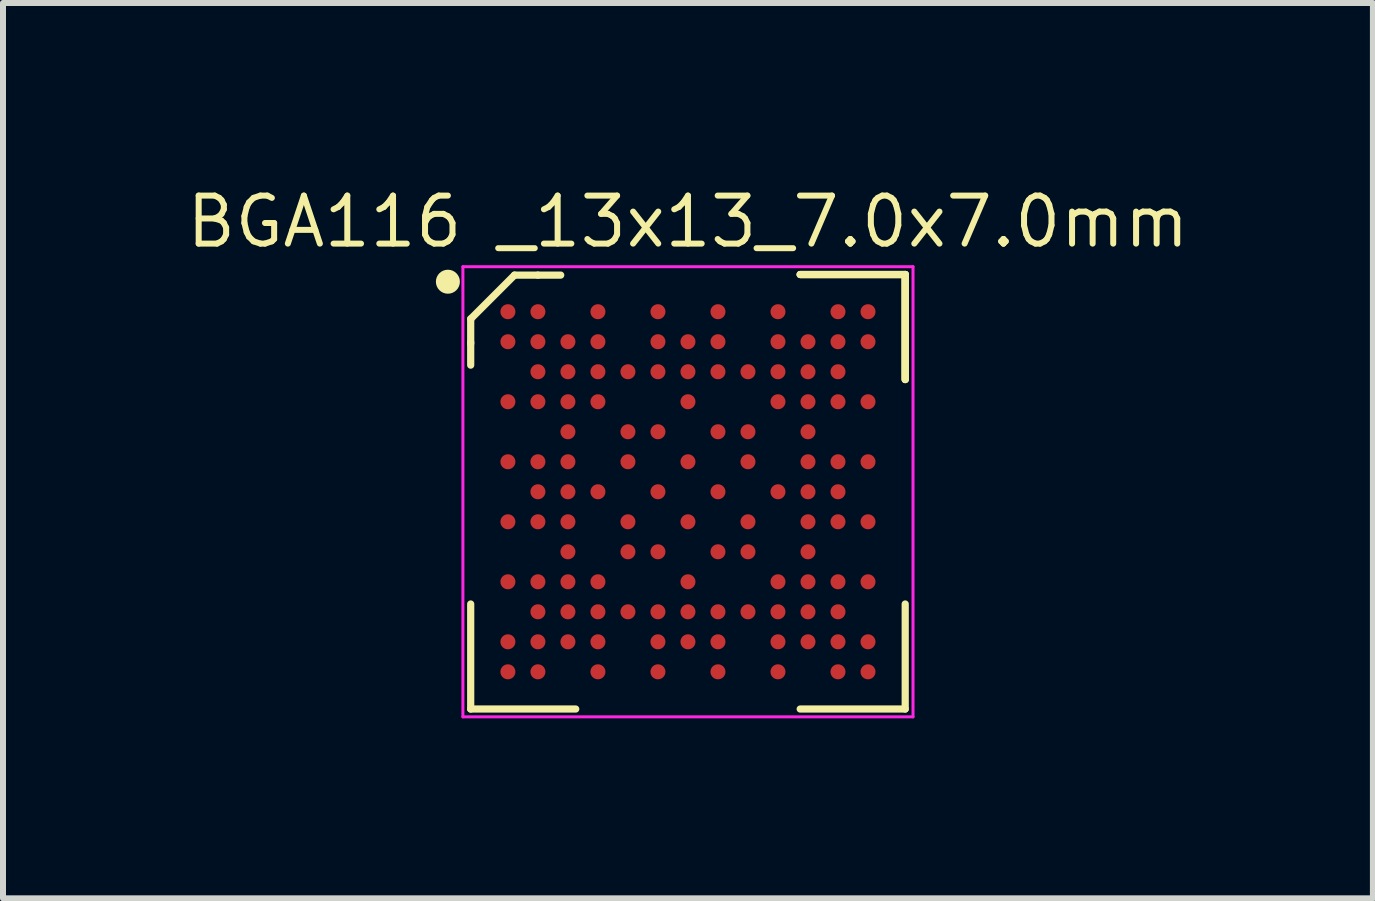
<source format=kicad_pcb>
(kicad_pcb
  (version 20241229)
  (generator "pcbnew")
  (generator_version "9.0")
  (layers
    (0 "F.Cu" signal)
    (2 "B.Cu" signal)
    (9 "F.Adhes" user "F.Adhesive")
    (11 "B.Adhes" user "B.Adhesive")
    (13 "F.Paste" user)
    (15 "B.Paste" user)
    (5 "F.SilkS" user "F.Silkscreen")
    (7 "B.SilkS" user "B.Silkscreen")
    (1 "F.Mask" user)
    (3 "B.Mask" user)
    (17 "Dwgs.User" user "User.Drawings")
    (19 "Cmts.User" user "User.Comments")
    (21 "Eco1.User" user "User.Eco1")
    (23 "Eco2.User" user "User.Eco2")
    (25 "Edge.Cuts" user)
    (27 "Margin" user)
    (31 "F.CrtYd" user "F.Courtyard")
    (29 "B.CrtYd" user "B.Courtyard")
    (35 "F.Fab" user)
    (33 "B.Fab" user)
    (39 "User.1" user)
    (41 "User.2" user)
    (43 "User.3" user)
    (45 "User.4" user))
  (footprint "BGA116 _13x13_7.0x7.0mm"
    (layer "F.Cu")
    (at 8.413 5.144)
    (property "Reference" "BGA116 _13x13_7.0x7.0mm" (at 0 -4.5 0) (unlocked yes) (layer "F.SilkS") (effects (font (size 0.8 0.8) (thickness 0.1))))
    (attr through_hole)
    (fp_line (start -3.62 -2.88) (end -3.62 -2.47) (stroke (width 0.12) (type solid)) (layer "F.SilkS"))
    (fp_line (start -3.62 -2.49) (end -3.62 -2.11) (stroke (width 0.12) (type solid)) (layer "F.SilkS"))
    (fp_line (start -3.62 3.62) (end -3.62 1.87) (stroke (width 0.12) (type solid)) (layer "F.SilkS"))
    (fp_line (start -2.89 -3.61) (end -3.62 -2.88) (stroke (width 0.12) (type solid)) (layer "F.SilkS"))
    (fp_line (start -2.5 -3.61) (end -2.89 -3.61) (stroke (width 0.12) (type solid)) (layer "F.SilkS"))
    (fp_line (start -2.12 -3.61) (end -2.5 -3.61) (stroke (width 0.12) (type solid)) (layer "F.SilkS"))
    (fp_line (start -1.87 3.62) (end -3.62 3.62) (stroke (width 0.12) (type solid)) (layer "F.SilkS"))
    (fp_line (start 1.87 -3.62) (end 3.62 -3.62) (stroke (width 0.12) (type solid)) (layer "F.SilkS"))
    (fp_line (start 1.87 -3.62) (end 3.62 -3.62) (stroke (width 0.12) (type solid)) (layer "F.SilkS"))
    (fp_line (start 1.87 -3.62) (end 3.62 -3.62) (stroke (width 0.12) (type solid)) (layer "F.SilkS"))
    (fp_line (start 1.87 3.62) (end 3.62 3.62) (stroke (width 0.12) (type solid)) (layer "F.SilkS"))
    (fp_line (start 3.62 -3.62) (end 3.62 -1.87) (stroke (width 0.12) (type solid)) (layer "F.SilkS"))
    (fp_line (start 3.62 -3.62) (end 3.62 -1.87) (stroke (width 0.12) (type solid)) (layer "F.SilkS"))
    (fp_line (start 3.62 -3.62) (end 3.62 -1.87) (stroke (width 0.12) (type solid)) (layer "F.SilkS"))
    (fp_line (start 3.62 3.62) (end 3.62 1.87) (stroke (width 0.12) (type solid)) (layer "F.SilkS"))
    (fp_circle (center -4 -3.5) (end -4 -3.4) (stroke (width 0.2) (type solid)) (fill no) (layer "F.SilkS"))
    (fp_line (start -3.75 -3.75) (end 3.75 -3.75) (stroke (width 0.05) (type solid)) (layer "F.CrtYd"))
    (fp_line (start -3.75 3.75) (end -3.75 -3.75) (stroke (width 0.05) (type solid)) (layer "F.CrtYd"))
    (fp_line (start 3.75 -3.75) (end 3.75 3.75) (stroke (width 0.05) (type solid)) (layer "F.CrtYd"))
    (fp_line (start 3.75 3.75) (end -3.75 3.75) (stroke (width 0.05) (type solid)) (layer "F.CrtYd"))
    (pad "A1" smd circle (at -3 -3) (size 0.25 0.25) (layers "F.Cu" "F.Mask" "F.Paste"))
    (pad "A2" smd circle (at -2.5 -3) (size 0.25 0.25) (layers "F.Cu" "F.Mask" "F.Paste"))
    (pad "A4" smd circle (at -1.5 -3) (size 0.25 0.25) (layers "F.Cu" "F.Mask" "F.Paste"))
    (pad "A6" smd circle (at -0.5 -3) (size 0.25 0.25) (layers "F.Cu" "F.Mask" "F.Paste"))
    (pad "A8" smd circle (at 0.5 -3) (size 0.25 0.25) (layers "F.Cu" "F.Mask" "F.Paste"))
    (pad "A10" smd circle (at 1.5 -3) (size 0.25 0.25) (layers "F.Cu" "F.Mask" "F.Paste"))
    (pad "A12" smd circle (at 2.5 -3) (size 0.25 0.25) (layers "F.Cu" "F.Mask" "F.Paste"))
    (pad "A13" smd circle (at 3 -3) (size 0.25 0.25) (layers "F.Cu" "F.Mask" "F.Paste"))
    (pad "B1" smd circle (at -3 -2.5) (size 0.25 0.25) (layers "F.Cu" "F.Mask" "F.Paste"))
    (pad "B2" smd circle (at -2.5 -2.5) (size 0.25 0.25) (layers "F.Cu" "F.Mask" "F.Paste"))
    (pad "B3" smd circle (at -2 -2.5) (size 0.25 0.25) (layers "F.Cu" "F.Mask" "F.Paste"))
    (pad "B4" smd circle (at -1.5 -2.5) (size 0.25 0.25) (layers "F.Cu" "F.Mask" "F.Paste"))
    (pad "B6" smd circle (at -0.5 -2.5) (size 0.25 0.25) (layers "F.Cu" "F.Mask" "F.Paste"))
    (pad "B7" smd circle (at 0 -2.5) (size 0.25 0.25) (layers "F.Cu" "F.Mask" "F.Paste"))
    (pad "B8" smd circle (at 0.5 -2.5) (size 0.25 0.25) (layers "F.Cu" "F.Mask" "F.Paste"))
    (pad "B10" smd circle (at 1.5 -2.5) (size 0.25 0.25) (layers "F.Cu" "F.Mask" "F.Paste"))
    (pad "B11" smd circle (at 2 -2.5) (size 0.25 0.25) (layers "F.Cu" "F.Mask" "F.Paste"))
    (pad "B12" smd circle (at 2.5 -2.5) (size 0.25 0.25) (layers "F.Cu" "F.Mask" "F.Paste"))
    (pad "B13" smd circle (at 3 -2.5) (size 0.25 0.25) (layers "F.Cu" "F.Mask" "F.Paste"))
    (pad "C2" smd circle (at -2.5 -2) (size 0.25 0.25) (layers "F.Cu" "F.Mask" "F.Paste"))
    (pad "C3" smd circle (at -2 -2) (size 0.25 0.25) (layers "F.Cu" "F.Mask" "F.Paste"))
    (pad "C4" smd circle (at -1.5 -2) (size 0.25 0.25) (layers "F.Cu" "F.Mask" "F.Paste"))
    (pad "C5" smd circle (at -1 -2) (size 0.25 0.25) (layers "F.Cu" "F.Mask" "F.Paste"))
    (pad "C6" smd circle (at -0.5 -2) (size 0.25 0.25) (layers "F.Cu" "F.Mask" "F.Paste"))
    (pad "C7" smd circle (at 0 -2) (size 0.25 0.25) (layers "F.Cu" "F.Mask" "F.Paste"))
    (pad "C8" smd circle (at 0.5 -2) (size 0.25 0.25) (layers "F.Cu" "F.Mask" "F.Paste"))
    (pad "C9" smd circle (at 1 -2) (size 0.25 0.25) (layers "F.Cu" "F.Mask" "F.Paste"))
    (pad "C10" smd circle (at 1.5 -2) (size 0.25 0.25) (layers "F.Cu" "F.Mask" "F.Paste"))
    (pad "C11" smd circle (at 2 -2) (size 0.25 0.25) (layers "F.Cu" "F.Mask" "F.Paste"))
    (pad "C12" smd circle (at 2.5 -2) (size 0.25 0.25) (layers "F.Cu" "F.Mask" "F.Paste"))
    (pad "D1" smd circle (at -3 -1.5) (size 0.25 0.25) (layers "F.Cu" "F.Mask" "F.Paste"))
    (pad "D2" smd circle (at -2.5 -1.5) (size 0.25 0.25) (layers "F.Cu" "F.Mask" "F.Paste"))
    (pad "D3" smd circle (at -2 -1.5) (size 0.25 0.25) (layers "F.Cu" "F.Mask" "F.Paste"))
    (pad "D4" smd circle (at -1.5 -1.5) (size 0.25 0.25) (layers "F.Cu" "F.Mask" "F.Paste"))
    (pad "D7" smd circle (at 0 -1.5) (size 0.25 0.25) (layers "F.Cu" "F.Mask" "F.Paste"))
    (pad "D10" smd circle (at 1.5 -1.5) (size 0.25 0.25) (layers "F.Cu" "F.Mask" "F.Paste"))
    (pad "D11" smd circle (at 2 -1.5) (size 0.25 0.25) (layers "F.Cu" "F.Mask" "F.Paste"))
    (pad "D12" smd circle (at 2.5 -1.5) (size 0.25 0.25) (layers "F.Cu" "F.Mask" "F.Paste"))
    (pad "D13" smd circle (at 3 -1.5) (size 0.25 0.25) (layers "F.Cu" "F.Mask" "F.Paste"))
    (pad "E3" smd circle (at -2 -1) (size 0.25 0.25) (layers "F.Cu" "F.Mask" "F.Paste"))
    (pad "E5" smd circle (at -1 -1) (size 0.25 0.25) (layers "F.Cu" "F.Mask" "F.Paste"))
    (pad "E6" smd circle (at -0.5 -1) (size 0.25 0.25) (layers "F.Cu" "F.Mask" "F.Paste"))
    (pad "E8" smd circle (at 0.5 -1) (size 0.25 0.25) (layers "F.Cu" "F.Mask" "F.Paste"))
    (pad "E9" smd circle (at 1 -1) (size 0.25 0.25) (layers "F.Cu" "F.Mask" "F.Paste"))
    (pad "E11" smd circle (at 2 -1) (size 0.25 0.25) (layers "F.Cu" "F.Mask" "F.Paste"))
    (pad "F1" smd circle (at -3 -0.5) (size 0.25 0.25) (layers "F.Cu" "F.Mask" "F.Paste"))
    (pad "F2" smd circle (at -2.5 -0.5) (size 0.25 0.25) (layers "F.Cu" "F.Mask" "F.Paste"))
    (pad "F3" smd circle (at -2 -0.5) (size 0.25 0.25) (layers "F.Cu" "F.Mask" "F.Paste"))
    (pad "F5" smd circle (at -1 -0.5) (size 0.25 0.25) (layers "F.Cu" "F.Mask" "F.Paste"))
    (pad "F7" smd circle (at 0 -0.5) (size 0.25 0.25) (layers "F.Cu" "F.Mask" "F.Paste"))
    (pad "F9" smd circle (at 1 -0.5) (size 0.25 0.25) (layers "F.Cu" "F.Mask" "F.Paste"))
    (pad "F11" smd circle (at 2 -0.5) (size 0.25 0.25) (layers "F.Cu" "F.Mask" "F.Paste"))
    (pad "F12" smd circle (at 2.5 -0.5) (size 0.25 0.25) (layers "F.Cu" "F.Mask" "F.Paste"))
    (pad "F13" smd circle (at 3 -0.5) (size 0.25 0.25) (layers "F.Cu" "F.Mask" "F.Paste"))
    (pad "G2" smd circle (at -2.5 0) (size 0.25 0.25) (layers "F.Cu" "F.Mask" "F.Paste"))
    (pad "G3" smd circle (at -2 0) (size 0.25 0.25) (layers "F.Cu" "F.Mask" "F.Paste"))
    (pad "G4" smd circle (at -1.5 0) (size 0.25 0.25) (layers "F.Cu" "F.Mask" "F.Paste"))
    (pad "G6" smd circle (at -0.5 0) (size 0.25 0.25) (layers "F.Cu" "F.Mask" "F.Paste"))
    (pad "G8" smd circle (at 0.5 0) (size 0.25 0.25) (layers "F.Cu" "F.Mask" "F.Paste"))
    (pad "G10" smd circle (at 1.5 0) (size 0.25 0.25) (layers "F.Cu" "F.Mask" "F.Paste"))
    (pad "G11" smd circle (at 2 0) (size 0.25 0.25) (layers "F.Cu" "F.Mask" "F.Paste"))
    (pad "G12" smd circle (at 2.5 0) (size 0.25 0.25) (layers "F.Cu" "F.Mask" "F.Paste"))
    (pad "H1" smd circle (at -3 0.5) (size 0.25 0.25) (layers "F.Cu" "F.Mask" "F.Paste"))
    (pad "H2" smd circle (at -2.5 0.5) (size 0.25 0.25) (layers "F.Cu" "F.Mask" "F.Paste"))
    (pad "H3" smd circle (at -2 0.5) (size 0.25 0.25) (layers "F.Cu" "F.Mask" "F.Paste"))
    (pad "H5" smd circle (at -1 0.5) (size 0.25 0.25) (layers "F.Cu" "F.Mask" "F.Paste"))
    (pad "H7" smd circle (at 0 0.5) (size 0.25 0.25) (layers "F.Cu" "F.Mask" "F.Paste"))
    (pad "H9" smd circle (at 1 0.5) (size 0.25 0.25) (layers "F.Cu" "F.Mask" "F.Paste"))
    (pad "H11" smd circle (at 2 0.5) (size 0.25 0.25) (layers "F.Cu" "F.Mask" "F.Paste"))
    (pad "H12" smd circle (at 2.5 0.5) (size 0.25 0.25) (layers "F.Cu" "F.Mask" "F.Paste"))
    (pad "H13" smd circle (at 3 0.5) (size 0.25 0.25) (layers "F.Cu" "F.Mask" "F.Paste"))
    (pad "J3" smd circle (at -2 1) (size 0.25 0.25) (layers "F.Cu" "F.Mask" "F.Paste"))
    (pad "J5" smd circle (at -1 1) (size 0.25 0.25) (layers "F.Cu" "F.Mask" "F.Paste"))
    (pad "J6" smd circle (at -0.5 1) (size 0.25 0.25) (layers "F.Cu" "F.Mask" "F.Paste"))
    (pad "J8" smd circle (at 0.5 1) (size 0.25 0.25) (layers "F.Cu" "F.Mask" "F.Paste"))
    (pad "J9" smd circle (at 1 1) (size 0.25 0.25) (layers "F.Cu" "F.Mask" "F.Paste"))
    (pad "J11" smd circle (at 2 1) (size 0.25 0.25) (layers "F.Cu" "F.Mask" "F.Paste"))
    (pad "K1" smd circle (at -3 1.5) (size 0.25 0.25) (layers "F.Cu" "F.Mask" "F.Paste"))
    (pad "K2" smd circle (at -2.5 1.5) (size 0.25 0.25) (layers "F.Cu" "F.Mask" "F.Paste"))
    (pad "K3" smd circle (at -2 1.5) (size 0.25 0.25) (layers "F.Cu" "F.Mask" "F.Paste"))
    (pad "K4" smd circle (at -1.5 1.5) (size 0.25 0.25) (layers "F.Cu" "F.Mask" "F.Paste"))
    (pad "K7" smd circle (at 0 1.5) (size 0.25 0.25) (layers "F.Cu" "F.Mask" "F.Paste"))
    (pad "K10" smd circle (at 1.5 1.5) (size 0.25 0.25) (layers "F.Cu" "F.Mask" "F.Paste"))
    (pad "K11" smd circle (at 2 1.5) (size 0.25 0.25) (layers "F.Cu" "F.Mask" "F.Paste"))
    (pad "K12" smd circle (at 2.5 1.5) (size 0.25 0.25) (layers "F.Cu" "F.Mask" "F.Paste"))
    (pad "K13" smd circle (at 3 1.5) (size 0.25 0.25) (layers "F.Cu" "F.Mask" "F.Paste"))
    (pad "L2" smd circle (at -2.5 2) (size 0.25 0.25) (layers "F.Cu" "F.Mask" "F.Paste"))
    (pad "L3" smd circle (at -2 2) (size 0.25 0.25) (layers "F.Cu" "F.Mask" "F.Paste"))
    (pad "L4" smd circle (at -1.5 2) (size 0.25 0.25) (layers "F.Cu" "F.Mask" "F.Paste"))
    (pad "L5" smd circle (at -1 2) (size 0.25 0.25) (layers "F.Cu" "F.Mask" "F.Paste"))
    (pad "L6" smd circle (at -0.5 2) (size 0.25 0.25) (layers "F.Cu" "F.Mask" "F.Paste"))
    (pad "L7" smd circle (at 0 2) (size 0.25 0.25) (layers "F.Cu" "F.Mask" "F.Paste"))
    (pad "L8" smd circle (at 0.5 2) (size 0.25 0.25) (layers "F.Cu" "F.Mask" "F.Paste"))
    (pad "L9" smd circle (at 1 2) (size 0.25 0.25) (layers "F.Cu" "F.Mask" "F.Paste"))
    (pad "L10" smd circle (at 1.5 2) (size 0.25 0.25) (layers "F.Cu" "F.Mask" "F.Paste"))
    (pad "L11" smd circle (at 2 2) (size 0.25 0.25) (layers "F.Cu" "F.Mask" "F.Paste"))
    (pad "L12" smd circle (at 2.5 2) (size 0.25 0.25) (layers "F.Cu" "F.Mask" "F.Paste"))
    (pad "M1" smd circle (at -3 2.5) (size 0.25 0.25) (layers "F.Cu" "F.Mask" "F.Paste"))
    (pad "M2" smd circle (at -2.5 2.5) (size 0.25 0.25) (layers "F.Cu" "F.Mask" "F.Paste"))
    (pad "M3" smd circle (at -2 2.5) (size 0.25 0.25) (layers "F.Cu" "F.Mask" "F.Paste"))
    (pad "M4" smd circle (at -1.5 2.5) (size 0.25 0.25) (layers "F.Cu" "F.Mask" "F.Paste"))
    (pad "M6" smd circle (at -0.5 2.5) (size 0.25 0.25) (layers "F.Cu" "F.Mask" "F.Paste"))
    (pad "M7" smd circle (at 0 2.5) (size 0.25 0.25) (layers "F.Cu" "F.Mask" "F.Paste"))
    (pad "M8" smd circle (at 0.5 2.5) (size 0.25 0.25) (layers "F.Cu" "F.Mask" "F.Paste"))
    (pad "M10" smd circle (at 1.5 2.5) (size 0.25 0.25) (layers "F.Cu" "F.Mask" "F.Paste"))
    (pad "M11" smd circle (at 2 2.5) (size 0.25 0.25) (layers "F.Cu" "F.Mask" "F.Paste"))
    (pad "M12" smd circle (at 2.5 2.5) (size 0.25 0.25) (layers "F.Cu" "F.Mask" "F.Paste"))
    (pad "M13" smd circle (at 3 2.5) (size 0.25 0.25) (layers "F.Cu" "F.Mask" "F.Paste"))
    (pad "N1" smd circle (at -3 3) (size 0.25 0.25) (layers "F.Cu" "F.Mask" "F.Paste"))
    (pad "N2" smd circle (at -2.5 3) (size 0.25 0.25) (layers "F.Cu" "F.Mask" "F.Paste"))
    (pad "N4" smd circle (at -1.5 3) (size 0.25 0.25) (layers "F.Cu" "F.Mask" "F.Paste"))
    (pad "N6" smd circle (at -0.5 3) (size 0.25 0.25) (layers "F.Cu" "F.Mask" "F.Paste"))
    (pad "N8" smd circle (at 0.5 3) (size 0.25 0.25) (layers "F.Cu" "F.Mask" "F.Paste"))
    (pad "N10" smd circle (at 1.5 3) (size 0.25 0.25) (layers "F.Cu" "F.Mask" "F.Paste"))
    (pad "N12" smd circle (at 2.5 3) (size 0.25 0.25) (layers "F.Cu" "F.Mask" "F.Paste"))
    (pad "N13" smd circle (at 3 3) (size 0.25 0.25) (layers "F.Cu" "F.Mask" "F.Paste")))
  (gr_rect
    (start -3 -3)
    (end 19.826 11.918)
    (stroke (width 0.1) (type default))
    (fill no)
    (layer "Edge.Cuts")))
</source>
